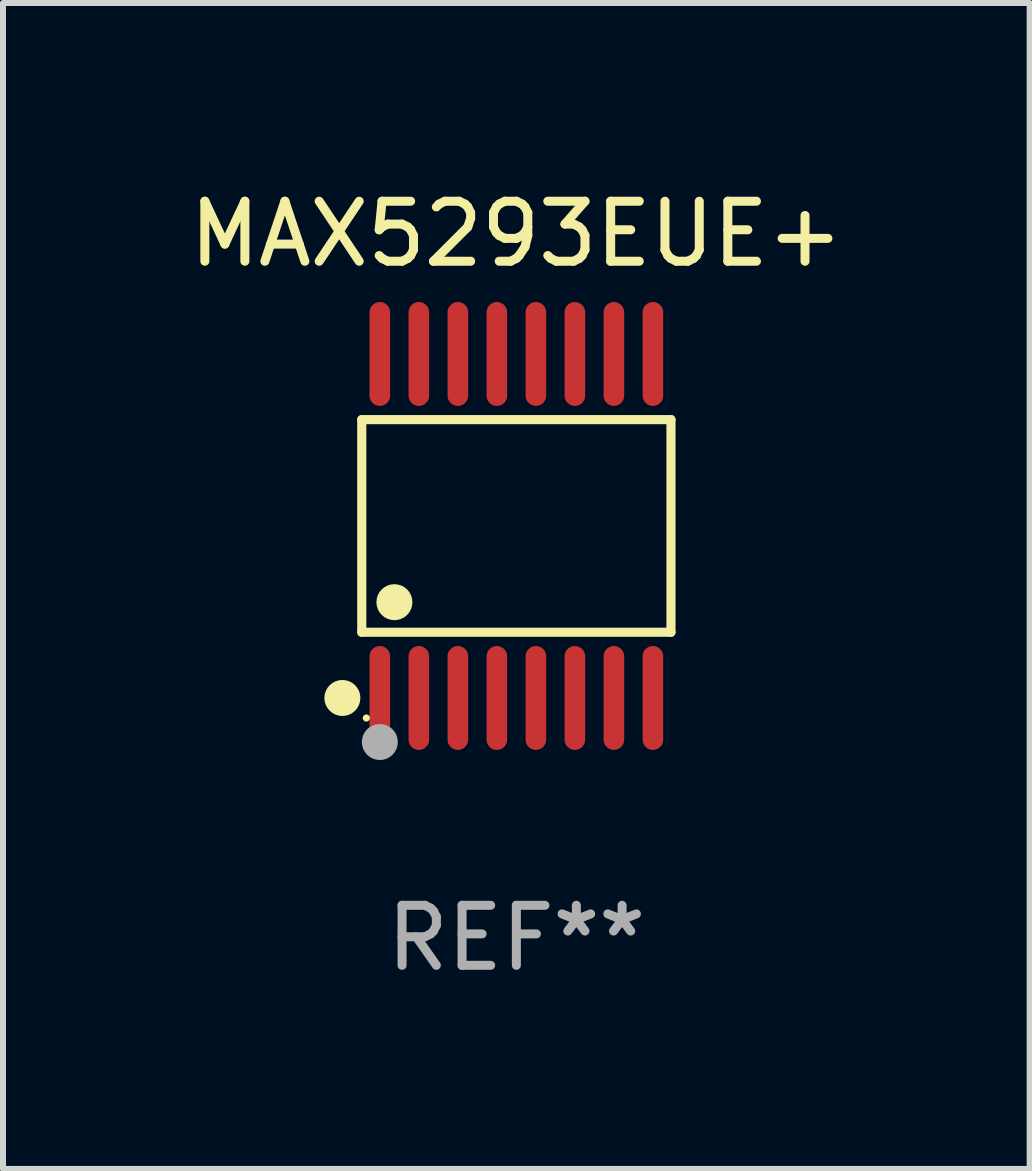
<source format=kicad_pcb>
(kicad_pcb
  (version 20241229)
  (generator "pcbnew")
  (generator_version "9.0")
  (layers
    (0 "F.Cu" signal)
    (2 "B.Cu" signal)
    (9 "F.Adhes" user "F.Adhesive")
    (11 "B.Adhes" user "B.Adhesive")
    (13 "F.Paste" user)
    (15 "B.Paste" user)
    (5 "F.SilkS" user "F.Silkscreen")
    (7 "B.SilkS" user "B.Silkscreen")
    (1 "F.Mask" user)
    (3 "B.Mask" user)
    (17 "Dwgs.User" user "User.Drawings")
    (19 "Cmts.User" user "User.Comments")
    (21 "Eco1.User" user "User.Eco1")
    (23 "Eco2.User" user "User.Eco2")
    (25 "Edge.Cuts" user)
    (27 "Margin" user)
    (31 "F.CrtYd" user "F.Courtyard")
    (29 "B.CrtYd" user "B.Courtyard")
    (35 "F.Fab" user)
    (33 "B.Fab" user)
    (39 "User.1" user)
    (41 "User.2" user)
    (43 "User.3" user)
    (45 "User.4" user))
  (footprint "MAX5293EUE+"
    (layer "F.Cu")
    (at 5.554 5.714)
    (property "Reference" "MAX5293EUE+" (at 0 -4.866 0) (layer "F.SilkS") (effects (font (size 1 1) (thickness 0.15))))
    (attr through_hole)
    (fp_line (start -2.576 -1.772) (end 2.576 -1.772) (stroke (width 0.152) (type solid)) (layer "F.SilkS"))
    (fp_line (start -2.576 1.771) (end -2.576 -1.772) (stroke (width 0.152) (type solid)) (layer "F.SilkS"))
    (fp_line (start 2.576 -1.772) (end 2.576 1.771) (stroke (width 0.152) (type solid)) (layer "F.SilkS"))
    (fp_line (start 2.576 1.771) (end -2.576 1.771) (stroke (width 0.152) (type solid)) (layer "F.SilkS"))
    (fp_circle (center -2.899 2.866) (end -2.749 2.866) (stroke (width 0.3) (type solid)) (fill no) (layer "F.SilkS"))
    (fp_circle (center -2.5 3.2) (end -2.47 3.2) (stroke (width 0.06) (type solid)) (fill no) (layer "F.SilkS"))
    (fp_circle (center -2.032 1.27) (end -1.882 1.27) (stroke (width 0.3) (type solid)) (fill no) (layer "F.SilkS"))
    (fp_circle (center -2.275 3.6) (end -2.125 3.6) (stroke (width 0.3) (type solid)) (fill no) (layer "F.Fab"))
    (fp_text user "REF**" (at 0 6.866 0) (layer "F.Fab") (effects (font (size 1 1) (thickness 0.15))))
    (pad "1" smd oval (at -2.275 2.866) (size 0.343 1.731) (layers "F.Cu" "F.Mask" "F.Paste"))
    (pad "2" smd oval (at -1.625 2.866) (size 0.343 1.731) (layers "F.Cu" "F.Mask" "F.Paste"))
    (pad "3" smd oval (at -0.975 2.866) (size 0.343 1.731) (layers "F.Cu" "F.Mask" "F.Paste"))
    (pad "4" smd oval (at -0.325 2.866) (size 0.343 1.731) (layers "F.Cu" "F.Mask" "F.Paste"))
    (pad "5" smd oval (at 0.325 2.866) (size 0.343 1.731) (layers "F.Cu" "F.Mask" "F.Paste"))
    (pad "6" smd oval (at 0.975 2.866) (size 0.343 1.731) (layers "F.Cu" "F.Mask" "F.Paste"))
    (pad "7" smd oval (at 1.625 2.866) (size 0.343 1.731) (layers "F.Cu" "F.Mask" "F.Paste"))
    (pad "8" smd oval (at 2.275 2.866) (size 0.343 1.731) (layers "F.Cu" "F.Mask" "F.Paste"))
    (pad "9" smd oval (at 2.275 -2.866) (size 0.343 1.731) (layers "F.Cu" "F.Mask" "F.Paste"))
    (pad "10" smd oval (at 1.625 -2.866) (size 0.343 1.731) (layers "F.Cu" "F.Mask" "F.Paste"))
    (pad "11" smd oval (at 0.975 -2.866) (size 0.343 1.731) (layers "F.Cu" "F.Mask" "F.Paste"))
    (pad "12" smd oval (at 0.325 -2.866) (size 0.343 1.731) (layers "F.Cu" "F.Mask" "F.Paste"))
    (pad "13" smd oval (at -0.325 -2.866) (size 0.343 1.731) (layers "F.Cu" "F.Mask" "F.Paste"))
    (pad "14" smd oval (at -0.975 -2.866) (size 0.343 1.731) (layers "F.Cu" "F.Mask" "F.Paste"))
    (pad "15" smd oval (at -1.625 -2.866) (size 0.343 1.731) (layers "F.Cu" "F.Mask" "F.Paste"))
    (pad "16" smd oval (at -2.275 -2.866) (size 0.343 1.731) (layers "F.Cu" "F.Mask" "F.Paste")))
  (gr_rect
    (start -3 -3)
    (end 14.107 16.428)
    (stroke (width 0.1) (type default))
    (fill no)
    (layer "Edge.Cuts")))
</source>
